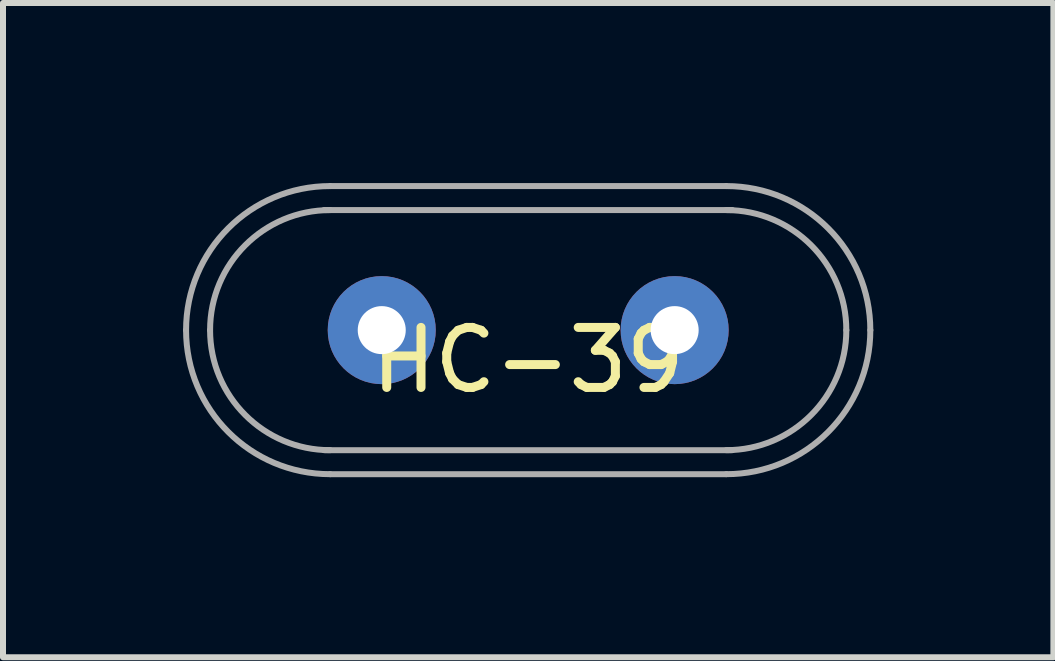
<source format=kicad_pcb>
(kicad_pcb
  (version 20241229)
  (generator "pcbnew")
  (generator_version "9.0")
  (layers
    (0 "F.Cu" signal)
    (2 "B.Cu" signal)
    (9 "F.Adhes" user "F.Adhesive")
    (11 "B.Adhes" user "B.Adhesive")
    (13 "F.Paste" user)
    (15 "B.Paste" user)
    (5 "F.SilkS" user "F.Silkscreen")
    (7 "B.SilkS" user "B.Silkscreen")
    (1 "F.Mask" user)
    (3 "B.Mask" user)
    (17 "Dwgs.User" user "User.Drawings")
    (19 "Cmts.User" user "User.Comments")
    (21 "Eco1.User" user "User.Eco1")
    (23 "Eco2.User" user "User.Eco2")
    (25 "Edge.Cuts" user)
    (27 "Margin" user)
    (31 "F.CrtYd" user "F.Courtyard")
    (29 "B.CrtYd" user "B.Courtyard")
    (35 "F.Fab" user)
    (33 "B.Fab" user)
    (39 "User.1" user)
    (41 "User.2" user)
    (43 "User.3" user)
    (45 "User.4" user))
  (footprint "HC-39"
    (layer "F.Cu")
    (at 5.75 2.45)
    (property "Reference" "HC-39" (at 0 0.5 0) (layer "F.SilkS") (effects (font (size 1 1) (thickness 0.15))))
    (attr through_hole)
    (fp_line (start -3.3 2.4) (end 3.3 2.4) (stroke (width 0.1) (type solid)) (layer "F.Fab"))
    (fp_line (start 3.3 -2.4) (end -3.3 -2.4) (stroke (width 0.1) (type solid)) (layer "F.Fab"))
    (fp_line (start 3.4 -2) (end -3.4 -2) (stroke (width 0.1) (type solid)) (layer "F.Fab"))
    (fp_line (start 3.4 2) (end -3.4 2) (stroke (width 0.1) (type solid)) (layer "F.Fab"))
    (fp_arc (start -5.7 0) (mid -4.997056 -1.697056) (end -3.3 -2.4) (stroke (width 0.1) (type solid)) (layer "F.Fab"))
    (fp_arc (start -5.3 0) (mid -4.714214 -1.414214) (end -3.3 -2) (stroke (width 0.1) (type solid)) (layer "F.Fab"))
    (fp_arc (start -3.3 2) (mid -4.714214 1.414214) (end -5.3 0) (stroke (width 0.1) (type solid)) (layer "F.Fab"))
    (fp_arc (start -3.3 2.4) (mid -4.997056 1.697056) (end -5.7 0) (stroke (width 0.1) (type solid)) (layer "F.Fab"))
    (fp_arc (start 3.3 -2.4) (mid 4.997056 -1.697056) (end 5.7 0) (stroke (width 0.1) (type solid)) (layer "F.Fab"))
    (fp_arc (start 3.3 -2) (mid 4.714214 -1.414214) (end 5.3 0) (stroke (width 0.1) (type solid)) (layer "F.Fab"))
    (fp_arc (start 5.3 0) (mid 4.714214 1.414214) (end 3.3 2) (stroke (width 0.1) (type solid)) (layer "F.Fab"))
    (fp_arc (start 5.7 0) (mid 4.997056 1.697056) (end 3.3 2.4) (stroke (width 0.1) (type solid)) (layer "F.Fab"))
    (pad "1" thru_hole circle (at -2.44 0) (size 1.8 1.8) (drill 0.8) (layers "*.Cu" "*.Mask"))
    (pad "2" thru_hole circle (at 2.44 0) (size 1.8 1.8) (drill 0.8) (layers "*.Cu" "*.Mask")))
  (gr_rect
    (start -3 -3)
    (end 14.5 7.9)
    (stroke (width 0.1) (type default))
    (fill no)
    (layer "Edge.Cuts")))
</source>
